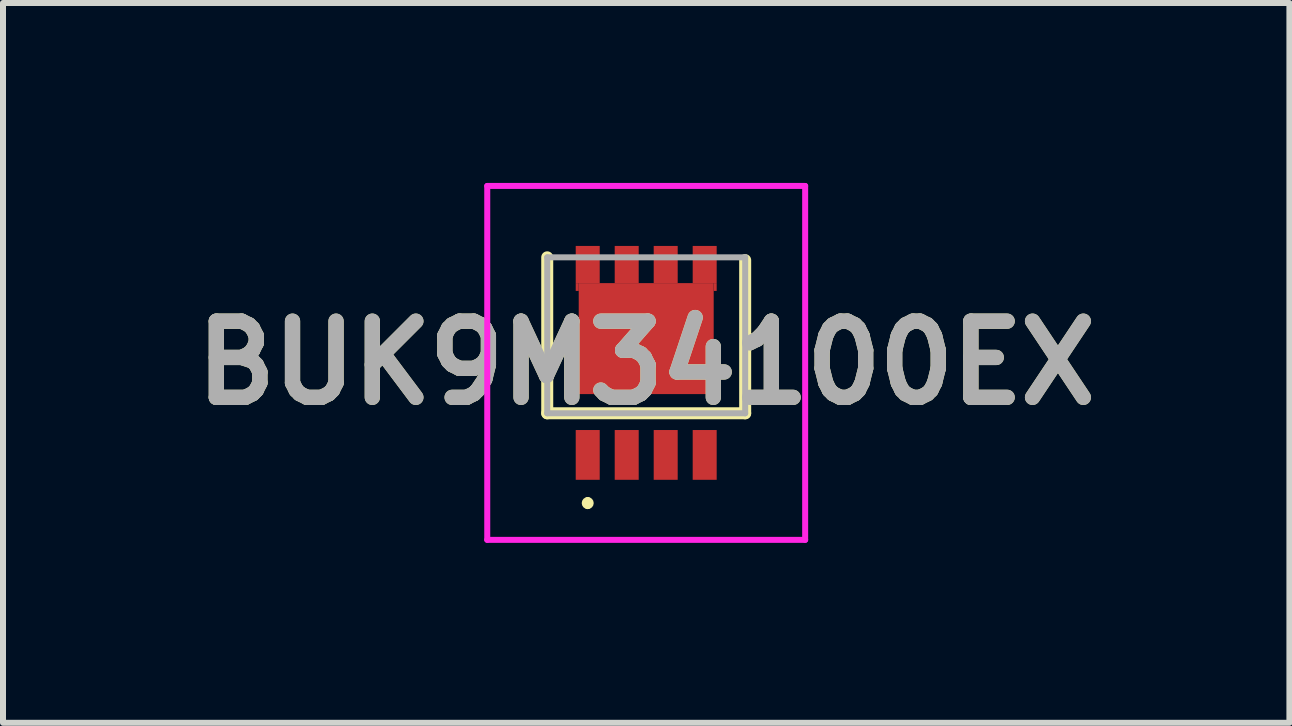
<source format=kicad_pcb>
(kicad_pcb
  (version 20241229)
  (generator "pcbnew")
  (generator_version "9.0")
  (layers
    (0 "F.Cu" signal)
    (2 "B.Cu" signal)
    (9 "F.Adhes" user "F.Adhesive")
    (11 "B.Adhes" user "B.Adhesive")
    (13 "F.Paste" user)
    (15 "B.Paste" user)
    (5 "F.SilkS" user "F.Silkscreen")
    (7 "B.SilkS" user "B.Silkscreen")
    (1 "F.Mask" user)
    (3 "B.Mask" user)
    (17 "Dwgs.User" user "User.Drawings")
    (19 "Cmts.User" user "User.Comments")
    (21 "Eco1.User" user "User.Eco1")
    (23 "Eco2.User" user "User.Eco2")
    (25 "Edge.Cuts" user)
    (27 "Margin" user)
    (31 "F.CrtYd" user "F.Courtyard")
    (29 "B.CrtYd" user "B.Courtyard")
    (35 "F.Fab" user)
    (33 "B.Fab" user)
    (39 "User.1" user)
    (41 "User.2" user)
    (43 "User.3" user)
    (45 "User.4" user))
  (footprint "BUK9M34100EX"
    (layer "F.Cu")
    (at 7.723 2.887)
    (property "Reference" "BUK9M34100EX" (at 0 0.113 0) (layer "F.SilkS") (effects (font (size 1.27 1.27) (thickness 0.254))))
    (attr smd)
    (fp_line (start -1.65 -1.647) (end -1.65 0.953) (stroke (width 0.2) (type solid)) (layer "F.SilkS"))
    (fp_line (start -1.65 0.953) (end 1.65 0.953) (stroke (width 0.2) (type solid)) (layer "F.SilkS"))
    (fp_line (start -0.975 2.4) (end -0.975 2.4) (stroke (width 0.1) (type solid)) (layer "F.SilkS"))
    (fp_line (start -0.975 2.5) (end -0.975 2.5) (stroke (width 0.1) (type solid)) (layer "F.SilkS"))
    (fp_line (start 1.65 0.953) (end 1.65 -1.6) (stroke (width 0.2) (type solid)) (layer "F.SilkS"))
    (fp_arc (start -0.975 2.4) (mid -0.925 2.45) (end -0.975 2.5) (stroke (width 0.1) (type solid)) (layer "F.SilkS"))
    (fp_arc (start -0.975 2.5) (mid -1.025 2.45) (end -0.975 2.4) (stroke (width 0.1) (type solid)) (layer "F.SilkS"))
    (fp_line (start -2.65 -2.837) (end 2.65 -2.837) (stroke (width 0.1) (type solid)) (layer "F.CrtYd"))
    (fp_line (start -2.65 3.063) (end -2.65 -2.837) (stroke (width 0.1) (type solid)) (layer "F.CrtYd"))
    (fp_line (start 2.65 -2.837) (end 2.65 3.063) (stroke (width 0.1) (type solid)) (layer "F.CrtYd"))
    (fp_line (start 2.65 3.063) (end -2.65 3.063) (stroke (width 0.1) (type solid)) (layer "F.CrtYd"))
    (fp_line (start -1.65 -1.647) (end -1.65 0.953) (stroke (width 0.1) (type solid)) (layer "F.Fab"))
    (fp_line (start -1.65 0.953) (end 1.65 0.953) (stroke (width 0.1) (type solid)) (layer "F.Fab"))
    (fp_line (start 1.65 -1.647) (end -1.65 -1.647) (stroke (width 0.1) (type solid)) (layer "F.Fab"))
    (fp_line (start 1.65 0.953) (end 1.65 -1.647) (stroke (width 0.1) (type solid)) (layer "F.Fab"))
    (fp_text user "${REFERENCE}" (at 0 0.113 0) (layer "F.Fab") (effects (font (size 1.27 1.27) (thickness 0.254))))
    (pad "1" smd rect (at -0.975 1.647) (size 0.4 0.83) (layers "F.Cu" "F.Mask" "F.Paste"))
    (pad "2" smd rect (at -0.325 1.647) (size 0.4 0.83) (layers "F.Cu" "F.Mask" "F.Paste"))
    (pad "3" smd rect (at 0.325 1.647) (size 0.4 0.83) (layers "F.Cu" "F.Mask" "F.Paste"))
    (pad "4" smd rect (at 0.975 1.647) (size 0.4 0.83) (layers "F.Cu" "F.Mask" "F.Paste"))
    (pad "5" smd rect (at 0.975 -1.527) (size 0.4 0.62) (layers "F.Cu" "F.Mask" "F.Paste"))
    (pad "6" smd rect (at 0.325 -1.527) (size 0.4 0.62) (layers "F.Cu" "F.Mask" "F.Paste"))
    (pad "7" smd rect (at -0.325 -1.527) (size 0.4 0.62) (layers "F.Cu" "F.Mask" "F.Paste"))
    (pad "8" smd rect (at -0.975 -1.527) (size 0.4 0.62) (layers "F.Cu" "F.Mask" "F.Paste"))
    (pad "9" smd rect (at 0 -0.292 90) (size 1.85 2.25) (layers "F.Cu" "F.Mask" "F.Paste"))
    (pad "10" smd rect (at -1.15 -1.152) (size 0.05 0.13) (layers "F.Cu" "F.Mask" "F.Paste"))
    (pad "11" smd rect (at 1.15 -1.152) (size 0.05 0.13) (layers "F.Cu" "F.Mask" "F.Paste")))
  (gr_rect
    (start -3 -3)
    (end 18.446 9)
    (stroke (width 0.1) (type default))
    (fill no)
    (layer "Edge.Cuts")))
</source>
